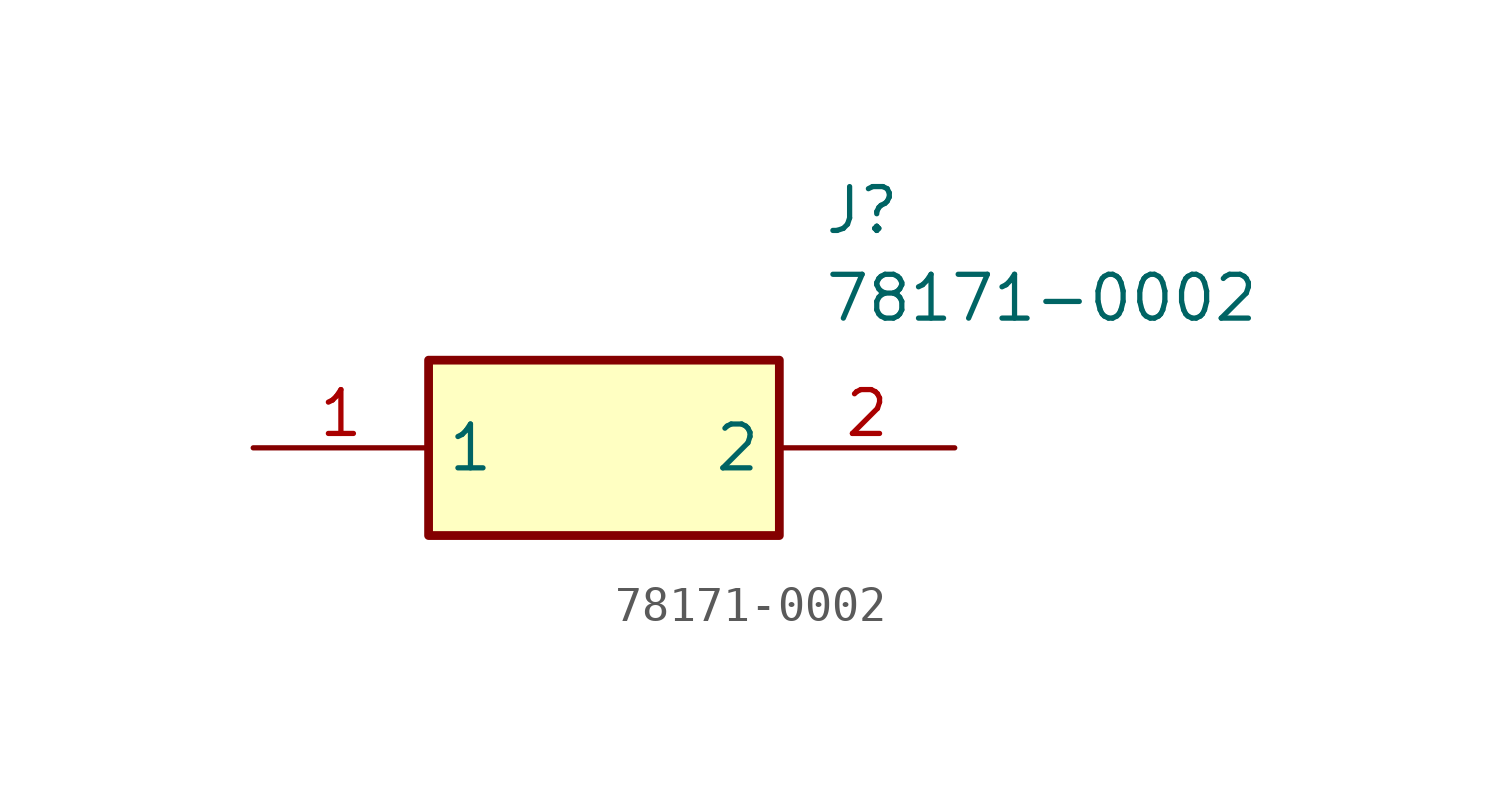
<source format=kicad_sym>
(kicad_symbol_lib
  (version 20211014)
  (generator SamacSys_ECAD_Model)
  (symbol "78171-0002"
    (property "Reference" "J"
      (at 16.51 7.62 0)
      (effects (font (size 1.27 1.27)) (justify left top)))
    (property "Value" "78171-0002"
      (at 16.51 5.08 0)
      (effects (font (size 1.27 1.27)) (justify left top)))
    (rectangle
      (start 5.08 2.54)
      (end 15.24 -2.54)
      (stroke (width 0.254) (type default))
      (fill (type background)))
    (pin passive line
      (at 0 0 0)
      (length 5.08)
      (name "1" (effects (font (size 1.27 1.27))))
      (number "1" (effects (font (size 1.27 1.27)))))
    (pin passive line
      (at 20.32 0 180)
      (length 5.08)
      (name "2" (effects (font (size 1.27 1.27))))
      (number "2" (effects (font (size 1.27 1.27)))))))
</source>
